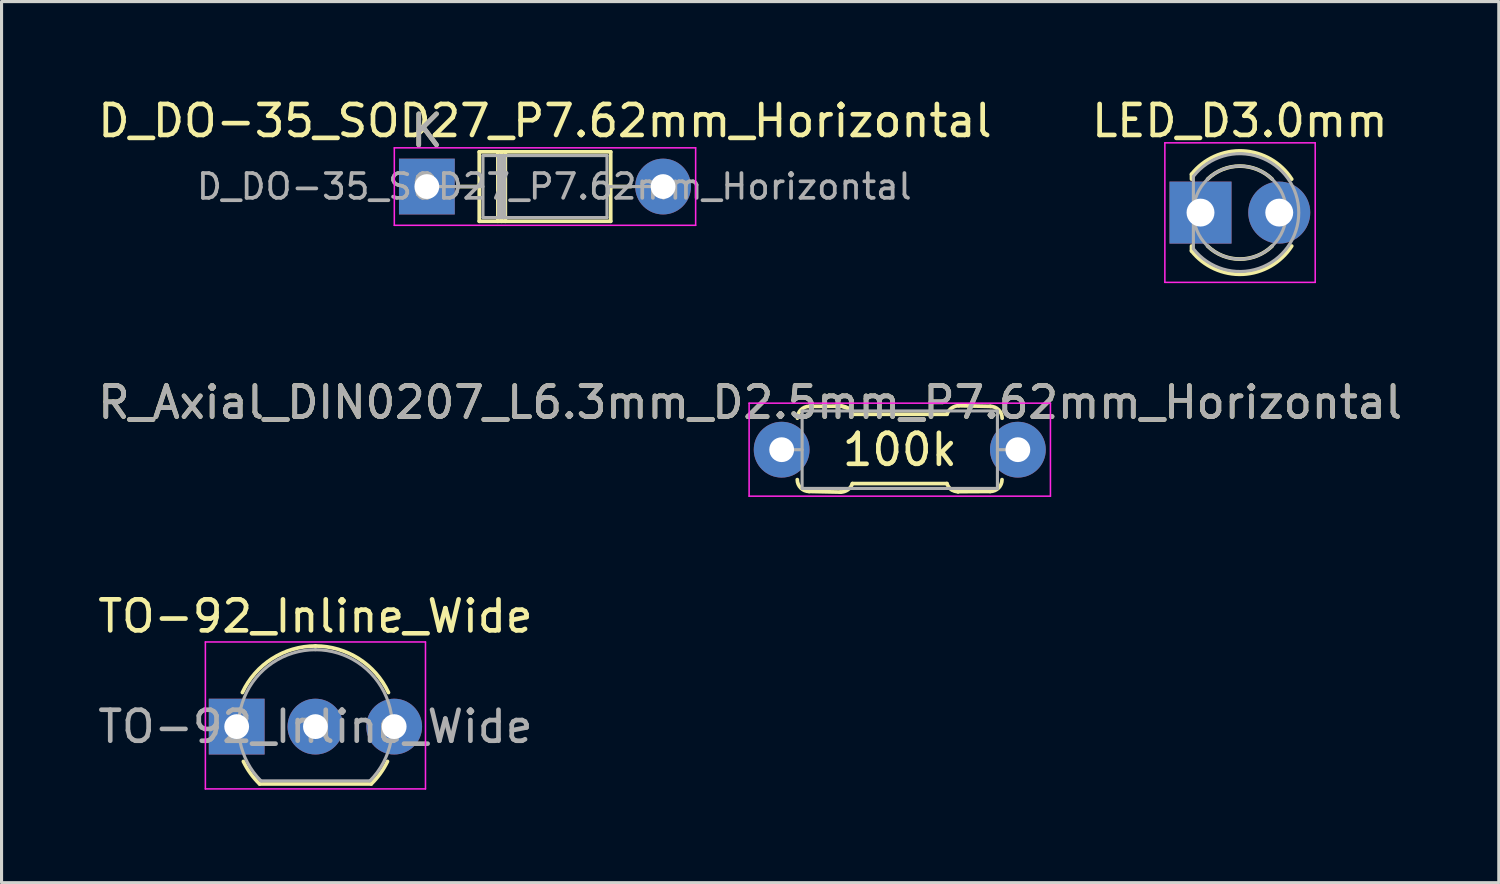
<source format=kicad_pcb>
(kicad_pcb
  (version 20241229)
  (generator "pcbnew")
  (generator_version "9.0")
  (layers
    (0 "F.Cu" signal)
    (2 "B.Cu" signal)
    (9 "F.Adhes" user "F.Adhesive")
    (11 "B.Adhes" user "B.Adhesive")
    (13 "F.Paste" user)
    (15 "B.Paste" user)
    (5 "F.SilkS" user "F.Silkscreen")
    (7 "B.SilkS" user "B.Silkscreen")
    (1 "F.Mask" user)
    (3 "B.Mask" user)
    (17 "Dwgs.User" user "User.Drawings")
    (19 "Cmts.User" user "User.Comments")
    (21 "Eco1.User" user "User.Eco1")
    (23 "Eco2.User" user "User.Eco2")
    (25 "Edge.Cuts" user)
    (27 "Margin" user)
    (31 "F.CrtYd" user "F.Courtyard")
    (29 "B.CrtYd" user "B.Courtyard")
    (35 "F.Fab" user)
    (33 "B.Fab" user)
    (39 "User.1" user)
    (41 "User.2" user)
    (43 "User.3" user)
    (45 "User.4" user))
  (footprint "R_Axial_DIN0207_L6.3mm_D2.5mm_P7.62mm_Horizontal"
    (layer "F.Cu")
    (at 22.165 11.456)
    (property "Reference" "R_Axial_DIN0207_L6.3mm_D2.5mm_P7.62mm_Horizontal" (at -1.016 -1.524 0) (layer "F.SilkS") (effects (font (size 1 1) (thickness 0.15))))
    (property "Value" "100k" (at 3.81 0 0) (layer "F.Fab") (hide yes) (effects (font (size 1 1) (thickness 0.15))))
    (attr through_hole)
    (fp_line (start 0.885 1.347) (end 1.901 1.368) (stroke (width 0.12) (type solid)) (layer "F.SilkS"))
    (fp_line (start 0.889 -1.397) (end 1.925 -1.404) (stroke (width 0.12) (type solid)) (layer "F.SilkS"))
    (fp_line (start 1.925 -1.404) (end 2.147 -1.332) (stroke (width 0.12) (type solid)) (layer "F.SilkS"))
    (fp_line (start 2.286 -1.143) (end 5.334 -1.143) (stroke (width 0.12) (type solid)) (layer "F.SilkS"))
    (fp_line (start 5.33 1.093) (end 2.282 1.093) (stroke (width 0.12) (type solid)) (layer "F.SilkS"))
    (fp_line (start 5.692 1.353) (end 5.469 1.282) (stroke (width 0.12) (type solid)) (layer "F.SilkS"))
    (fp_line (start 6.727 1.347) (end 5.692 1.353) (stroke (width 0.12) (type solid)) (layer "F.SilkS"))
    (fp_line (start 6.731 -1.397) (end 5.715 -1.418) (stroke (width 0.12) (type solid)) (layer "F.SilkS"))
    (fp_arc (start 0.508 -1.016) (mid 0.619592 -1.285408) (end 0.889 -1.397) (stroke (width 0.12) (type solid)) (layer "F.SilkS"))
    (fp_arc (start 0.88506 1.346949) (mid 0.615652 1.235357) (end 0.50406 0.965949) (stroke (width 0.12) (type solid)) (layer "F.SilkS"))
    (fp_arc (start 1.924552 -1.403517) (mid 2.147326 -1.3316) (end 2.286 -1.143) (stroke (width 0.12) (type solid)) (layer "F.SilkS"))
    (fp_arc (start 2.28206 1.092949) (mid 2.135908 1.291783) (end 1.90106 1.367558) (stroke (width 0.12) (type solid)) (layer "F.SilkS"))
    (fp_arc (start 5.334 -1.143) (mid 5.480152 -1.341834) (end 5.715 -1.417609) (stroke (width 0.12) (type solid)) (layer "F.SilkS"))
    (fp_arc (start 5.691508 1.353466) (mid 5.468734 1.281549) (end 5.33006 1.092949) (stroke (width 0.12) (type solid)) (layer "F.SilkS"))
    (fp_arc (start 6.731 -1.397) (mid 7.000408 -1.285408) (end 7.112 -1.016) (stroke (width 0.12) (type solid)) (layer "F.SilkS"))
    (fp_arc (start 7.10806 0.965949) (mid 6.996468 1.235357) (end 6.72706 1.346949) (stroke (width 0.12) (type solid)) (layer "F.SilkS"))
    (fp_line (start -1.05 -1.5) (end -1.05 1.5) (stroke (width 0.05) (type solid)) (layer "F.CrtYd"))
    (fp_line (start -1.05 1.5) (end 8.67 1.5) (stroke (width 0.05) (type solid)) (layer "F.CrtYd"))
    (fp_line (start 8.67 -1.5) (end -1.05 -1.5) (stroke (width 0.05) (type solid)) (layer "F.CrtYd"))
    (fp_line (start 8.67 1.5) (end 8.67 -1.5) (stroke (width 0.05) (type solid)) (layer "F.CrtYd"))
    (fp_line (start 0 0) (end 0.66 0) (stroke (width 0.1) (type solid)) (layer "F.Fab"))
    (fp_line (start 0.66 -1.25) (end 0.66 1.25) (stroke (width 0.1) (type solid)) (layer "F.Fab"))
    (fp_line (start 0.66 1.25) (end 6.96 1.25) (stroke (width 0.1) (type solid)) (layer "F.Fab"))
    (fp_line (start 6.96 -1.25) (end 0.66 -1.25) (stroke (width 0.1) (type solid)) (layer "F.Fab"))
    (fp_line (start 6.96 1.25) (end 6.96 -1.25) (stroke (width 0.1) (type solid)) (layer "F.Fab"))
    (fp_line (start 7.62 0) (end 6.96 0) (stroke (width 0.1) (type solid)) (layer "F.Fab"))
    (fp_text user "${VALUE}" (at 3.81 0 0) (unlocked yes) (layer "F.SilkS") (effects (font (size 1 1) (thickness 0.15))))
    (fp_text user "${REFERENCE}" (at -1.016 -1.524 0) (layer "F.Fab") (effects (font (size 1 1) (thickness 0.15))))
    (pad "1" thru_hole circle (at 0 0) (size 1.8 1.8) (drill 0.8) (layers "*.Cu" "*.Mask"))
    (pad "2" thru_hole circle (at 7.62 0) (size 1.8 1.8) (drill 0.8) (layers "*.Cu" "*.Mask")))
  (footprint "D_DO-35_SOD27_P7.62mm_Horizontal"
    (layer "F.Cu")
    (at 10.72 2.968)
    (property "Reference" "D_DO-35_SOD27_P7.62mm_Horizontal" (at 3.81 -2.12 0) (layer "F.SilkS") (effects (font (size 1 1) (thickness 0.15))))
    (attr through_hole)
    (fp_line (start 1.04 0) (end 1.69 0) (stroke (width 0.12) (type solid)) (layer "F.SilkS"))
    (fp_line (start 1.69 -1.12) (end 1.69 1.12) (stroke (width 0.12) (type solid)) (layer "F.SilkS"))
    (fp_line (start 1.69 1.12) (end 5.93 1.12) (stroke (width 0.12) (type solid)) (layer "F.SilkS"))
    (fp_line (start 2.29 -1.12) (end 2.29 1.12) (stroke (width 0.12) (type solid)) (layer "F.SilkS"))
    (fp_line (start 2.41 -1.12) (end 2.41 1.12) (stroke (width 0.12) (type solid)) (layer "F.SilkS"))
    (fp_line (start 2.53 -1.12) (end 2.53 1.12) (stroke (width 0.12) (type solid)) (layer "F.SilkS"))
    (fp_line (start 5.93 -1.12) (end 1.69 -1.12) (stroke (width 0.12) (type solid)) (layer "F.SilkS"))
    (fp_line (start 5.93 1.12) (end 5.93 -1.12) (stroke (width 0.12) (type solid)) (layer "F.SilkS"))
    (fp_line (start 6.58 0) (end 5.93 0) (stroke (width 0.12) (type solid)) (layer "F.SilkS"))
    (fp_line (start -1.05 -1.25) (end -1.05 1.25) (stroke (width 0.05) (type solid)) (layer "F.CrtYd"))
    (fp_line (start -1.05 1.25) (end 8.67 1.25) (stroke (width 0.05) (type solid)) (layer "F.CrtYd"))
    (fp_line (start 8.67 -1.25) (end -1.05 -1.25) (stroke (width 0.05) (type solid)) (layer "F.CrtYd"))
    (fp_line (start 8.67 1.25) (end 8.67 -1.25) (stroke (width 0.05) (type solid)) (layer "F.CrtYd"))
    (fp_line (start 0 0) (end 1.81 0) (stroke (width 0.1) (type solid)) (layer "F.Fab"))
    (fp_line (start 1.81 -1) (end 1.81 1) (stroke (width 0.1) (type solid)) (layer "F.Fab"))
    (fp_line (start 1.81 1) (end 5.81 1) (stroke (width 0.1) (type solid)) (layer "F.Fab"))
    (fp_line (start 2.31 -1) (end 2.31 1) (stroke (width 0.1) (type solid)) (layer "F.Fab"))
    (fp_line (start 2.41 -1) (end 2.41 1) (stroke (width 0.1) (type solid)) (layer "F.Fab"))
    (fp_line (start 2.51 -1) (end 2.51 1) (stroke (width 0.1) (type solid)) (layer "F.Fab"))
    (fp_line (start 5.81 -1) (end 1.81 -1) (stroke (width 0.1) (type solid)) (layer "F.Fab"))
    (fp_line (start 5.81 1) (end 5.81 -1) (stroke (width 0.1) (type solid)) (layer "F.Fab"))
    (fp_line (start 7.62 0) (end 5.81 0) (stroke (width 0.1) (type solid)) (layer "F.Fab"))
    (fp_text user "K" (at 0 -1.8 0) (layer "F.SilkS") (effects (font (size 1 1) (thickness 0.15))))
    (fp_text user "K" (at 0 -1.8 0) (layer "F.Fab") (effects (font (size 1 1) (thickness 0.15))))
    (fp_text user "${REFERENCE}" (at 4.11 0 0) (layer "F.Fab") (effects (font (size 0.8 0.8) (thickness 0.12))))
    (pad "1" thru_hole rect (at 0 0) (size 1.8 1.8) (drill 0.8) (layers "*.Cu" "*.Mask"))
    (pad "2" thru_hole circle (at 7.62 0) (size 1.8 1.8) (drill 0.8) (layers "*.Cu" "*.Mask")))
  (footprint "LED_D3.0mm"
    (layer "F.Cu")
    (at 35.676 3.808)
    (property "Reference" "LED_D3.0mm" (at 1.27 -2.96 0) (layer "F.SilkS") (effects (font (size 1 1) (thickness 0.15))))
    (attr through_hole)
    (fp_line (start -0.29 -1.236) (end -0.29 -1.08) (stroke (width 0.12) (type solid)) (layer "F.SilkS"))
    (fp_line (start -0.29 1.08) (end -0.29 1.236) (stroke (width 0.12) (type solid)) (layer "F.SilkS"))
    (fp_arc (start -0.29 -1.235516) (mid 1.366487 -1.987659) (end 2.942335 -1.078608) (stroke (width 0.12) (type solid)) (layer "F.SilkS"))
    (fp_arc (start 0.229039 -1.08) (mid 1.270117 -1.5) (end 2.31113 -1.079837) (stroke (width 0.12) (type solid)) (layer "F.SilkS"))
    (fp_arc (start 2.31113 1.079837) (mid 1.270117 1.5) (end 0.229039 1.08) (stroke (width 0.12) (type solid)) (layer "F.SilkS"))
    (fp_arc (start 2.942335 1.078608) (mid 1.366487 1.987659) (end -0.29 1.235516) (stroke (width 0.12) (type solid)) (layer "F.SilkS"))
    (fp_line (start -1.15 -2.25) (end -1.15 2.25) (stroke (width 0.05) (type solid)) (layer "F.CrtYd"))
    (fp_line (start -1.15 2.25) (end 3.7 2.25) (stroke (width 0.05) (type solid)) (layer "F.CrtYd"))
    (fp_line (start 3.7 -2.25) (end -1.15 -2.25) (stroke (width 0.05) (type solid)) (layer "F.CrtYd"))
    (fp_line (start 3.7 2.25) (end 3.7 -2.25) (stroke (width 0.05) (type solid)) (layer "F.CrtYd"))
    (fp_line (start -0.23 -1.166) (end -0.23 1.166) (stroke (width 0.1) (type solid)) (layer "F.Fab"))
    (fp_arc (start -0.23 -1.16619) (mid 3.17 0.000452) (end -0.230555 1.165476) (stroke (width 0.1) (type solid)) (layer "F.Fab"))
    (fp_circle (center 1.27 0) (end 2.77 0) (stroke (width 0.1) (type solid)) (fill no) (layer "F.Fab"))
    (pad "1" thru_hole rect (at 0 0) (size 2 2) (drill 0.9) (layers "*.Cu" "*.Mask"))
    (pad "2" thru_hole circle (at 2.54 0) (size 2 2) (drill 0.9) (layers "*.Cu" "*.Mask")))
  (footprint "TO-92_Inline_Wide"
    (layer "F.Cu")
    (at 4.585 20.389)
    (property "Reference" "TO-92_Inline_Wide" (at 2.54 -3.56 0) (layer "F.SilkS") (effects (font (size 1 1) (thickness 0.15))))
    (attr through_hole)
    (fp_line (start 0.74 1.85) (end 4.34 1.85) (stroke (width 0.12) (type solid)) (layer "F.SilkS"))
    (fp_arc (start 0.1836 -1.098807) (mid 1.143021 -2.192817) (end 2.54 -2.6) (stroke (width 0.12) (type solid)) (layer "F.SilkS"))
    (fp_arc (start 0.74 1.85) (mid 0.446097 1.509328) (end 0.215816 1.122795) (stroke (width 0.12) (type solid)) (layer "F.SilkS"))
    (fp_arc (start 2.54 -2.6) (mid 3.936979 -2.192818) (end 4.8964 -1.098807) (stroke (width 0.12) (type solid)) (layer "F.SilkS"))
    (fp_arc (start 4.864184 1.122795) (mid 4.633903 1.509328) (end 4.34 1.85) (stroke (width 0.12) (type solid)) (layer "F.SilkS"))
    (fp_line (start -1.01 -2.73) (end -1.01 2.01) (stroke (width 0.05) (type solid)) (layer "F.CrtYd"))
    (fp_line (start -1.01 -2.73) (end 6.09 -2.73) (stroke (width 0.05) (type solid)) (layer "F.CrtYd"))
    (fp_line (start 6.09 2.01) (end -1.01 2.01) (stroke (width 0.05) (type solid)) (layer "F.CrtYd"))
    (fp_line (start 6.09 2.01) (end 6.09 -2.73) (stroke (width 0.05) (type solid)) (layer "F.CrtYd"))
    (fp_line (start 0.8 1.75) (end 4.3 1.75) (stroke (width 0.1) (type solid)) (layer "F.Fab"))
    (fp_arc (start 0.786375 1.753625) (mid 0.248779 -0.949055) (end 2.54 -2.48) (stroke (width 0.1) (type solid)) (layer "F.Fab"))
    (fp_arc (start 2.54 -2.48) (mid 4.831221 -0.949055) (end 4.293625 1.753625) (stroke (width 0.1) (type solid)) (layer "F.Fab"))
    (fp_text user "${REFERENCE}" (at 2.54 0 0) (layer "F.Fab") (effects (font (size 1 1) (thickness 0.15))))
    (pad "1" thru_hole rect (at 0 0) (size 1.8 1.8) (drill 0.8) (layers "*.Cu" "*.Mask"))
    (pad "2" thru_hole circle (at 2.54 0) (size 1.8 1.8) (drill 0.8) (layers "*.Cu" "*.Mask"))
    (pad "3" thru_hole circle (at 5.08 0) (size 1.8 1.8) (drill 0.8) (layers "*.Cu" "*.Mask")))
  (gr_rect
    (start -3 -3)
    (end 45.298 25.424)
    (stroke (width 0.1) (type default))
    (fill no)
    (layer "Edge.Cuts")))
</source>
